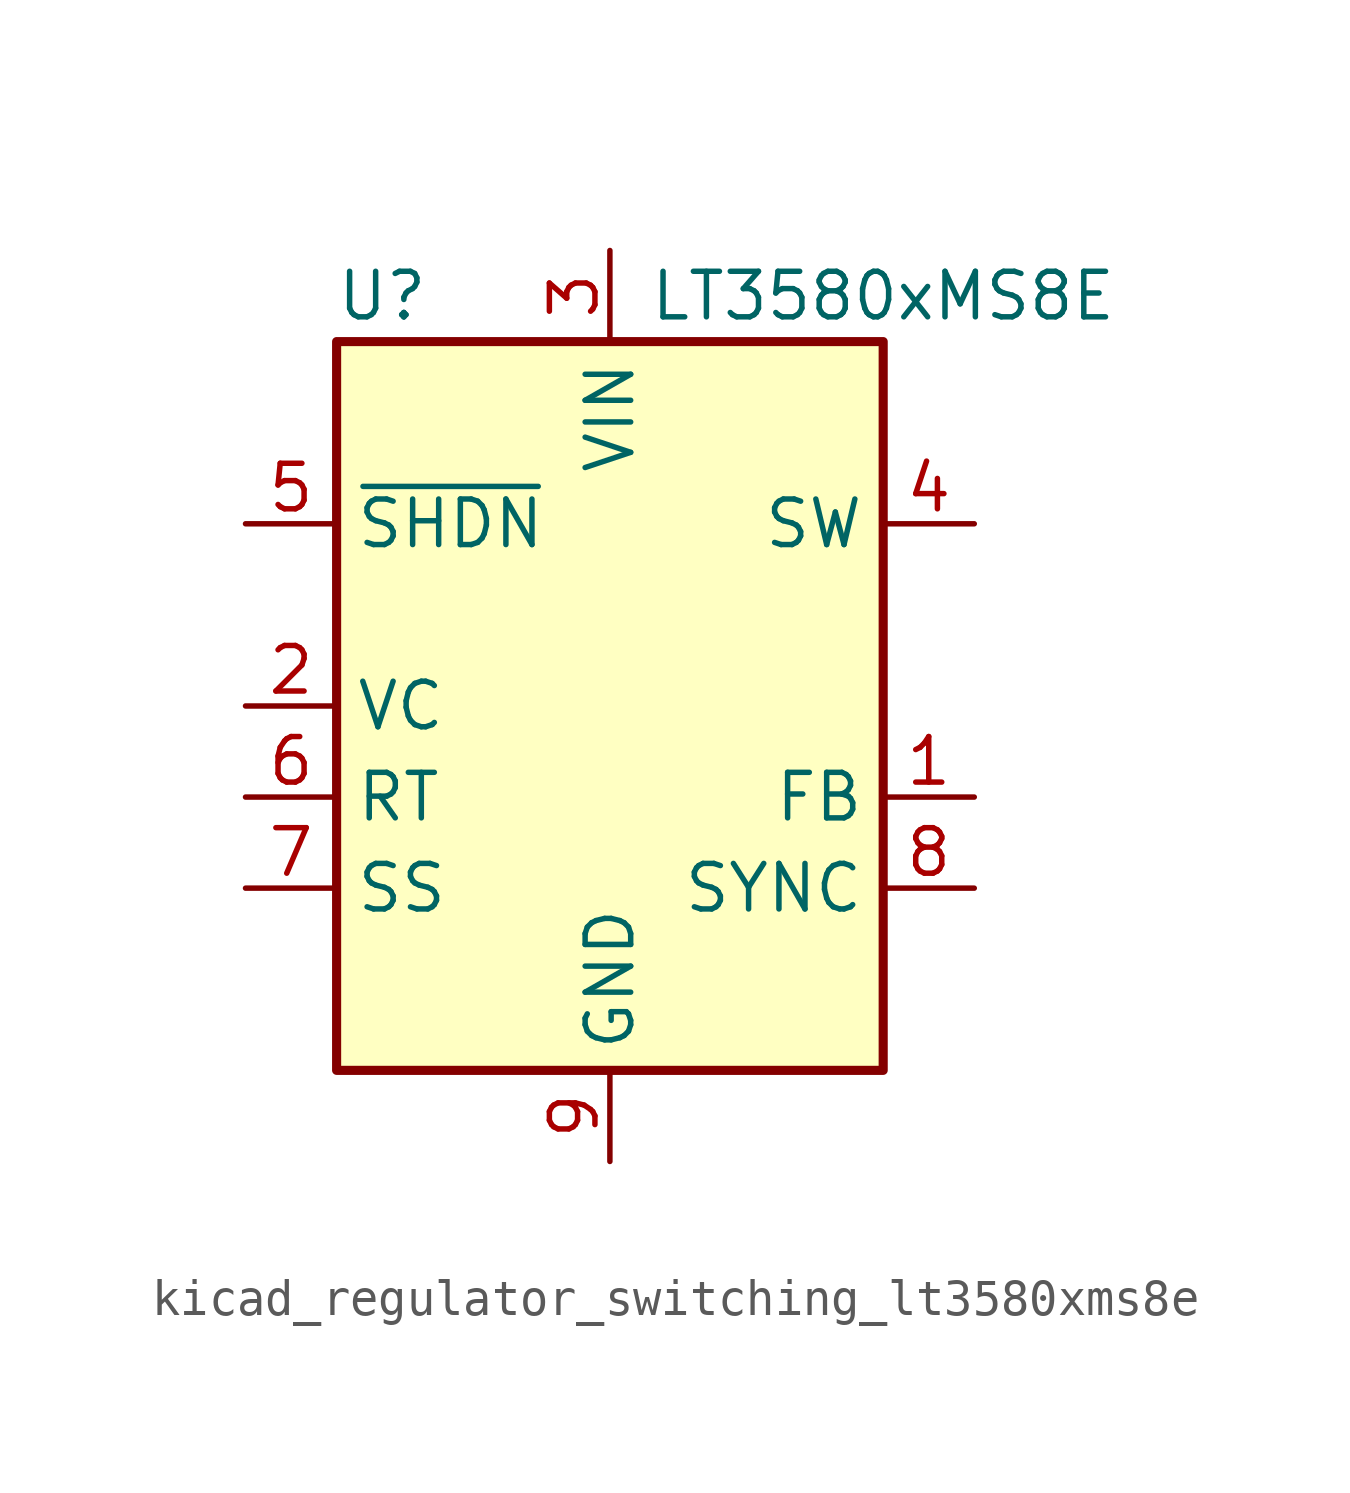
<source format=kicad_sym>
(kicad_symbol_lib
  (version 20220914)
  (generator kicad_symbol_editor)
  (symbol "kicad_regulator_switching_lt3580xms8e"
    (property "Reference" "U"
      (at -6.35 11.43 0)
      (effects (font (size 1.27 1.27))))
    (property "Value" "LT3580xMS8E"
      (at 7.62 11.43 0)
      (effects (font (size 1.27 1.27))))
    (symbol "kicad_regulator_switching_lt3580xms8e_0_1"
      (rectangle (start -7.62 10.16) (end 7.62 -10.16) (stroke (width 0.254) (type default)) (fill (type background))))
    (symbol "kicad_regulator_switching_lt3580xms8e_1_1"
      (pin input line (at 10.16 -2.54 180) (length 2.54) (name "FB" (effects (font (size 1.27 1.27)))) (number "1" (effects (font (size 1.27 1.27)))))
      (pin passive line (at -10.16 0 0) (length 2.54) (name "VC" (effects (font (size 1.27 1.27)))) (number "2" (effects (font (size 1.27 1.27)))))
      (pin power_in line (at 0 12.7 270) (length 2.54) (name "VIN" (effects (font (size 1.27 1.27)))) (number "3" (effects (font (size 1.27 1.27)))))
      (pin open_collector line (at 10.16 5.08 180) (length 2.54) (name "SW" (effects (font (size 1.27 1.27)))) (number "4" (effects (font (size 1.27 1.27)))))
      (pin input line (at -10.16 5.08 0) (length 2.54) (name "~{SHDN}" (effects (font (size 1.27 1.27)))) (number "5" (effects (font (size 1.27 1.27)))))
      (pin passive line (at -10.16 -2.54 0) (length 2.54) (name "RT" (effects (font (size 1.27 1.27)))) (number "6" (effects (font (size 1.27 1.27)))))
      (pin passive line (at -10.16 -5.08 0) (length 2.54) (name "SS" (effects (font (size 1.27 1.27)))) (number "7" (effects (font (size 1.27 1.27)))))
      (pin input line (at 10.16 -5.08 180) (length 2.54) (name "SYNC" (effects (font (size 1.27 1.27)))) (number "8" (effects (font (size 1.27 1.27)))))
      (pin power_in line (at 0 -12.7 90) (length 2.54) (name "GND" (effects (font (size 1.27 1.27)))) (number "9" (effects (font (size 1.27 1.27))))))))
</source>
